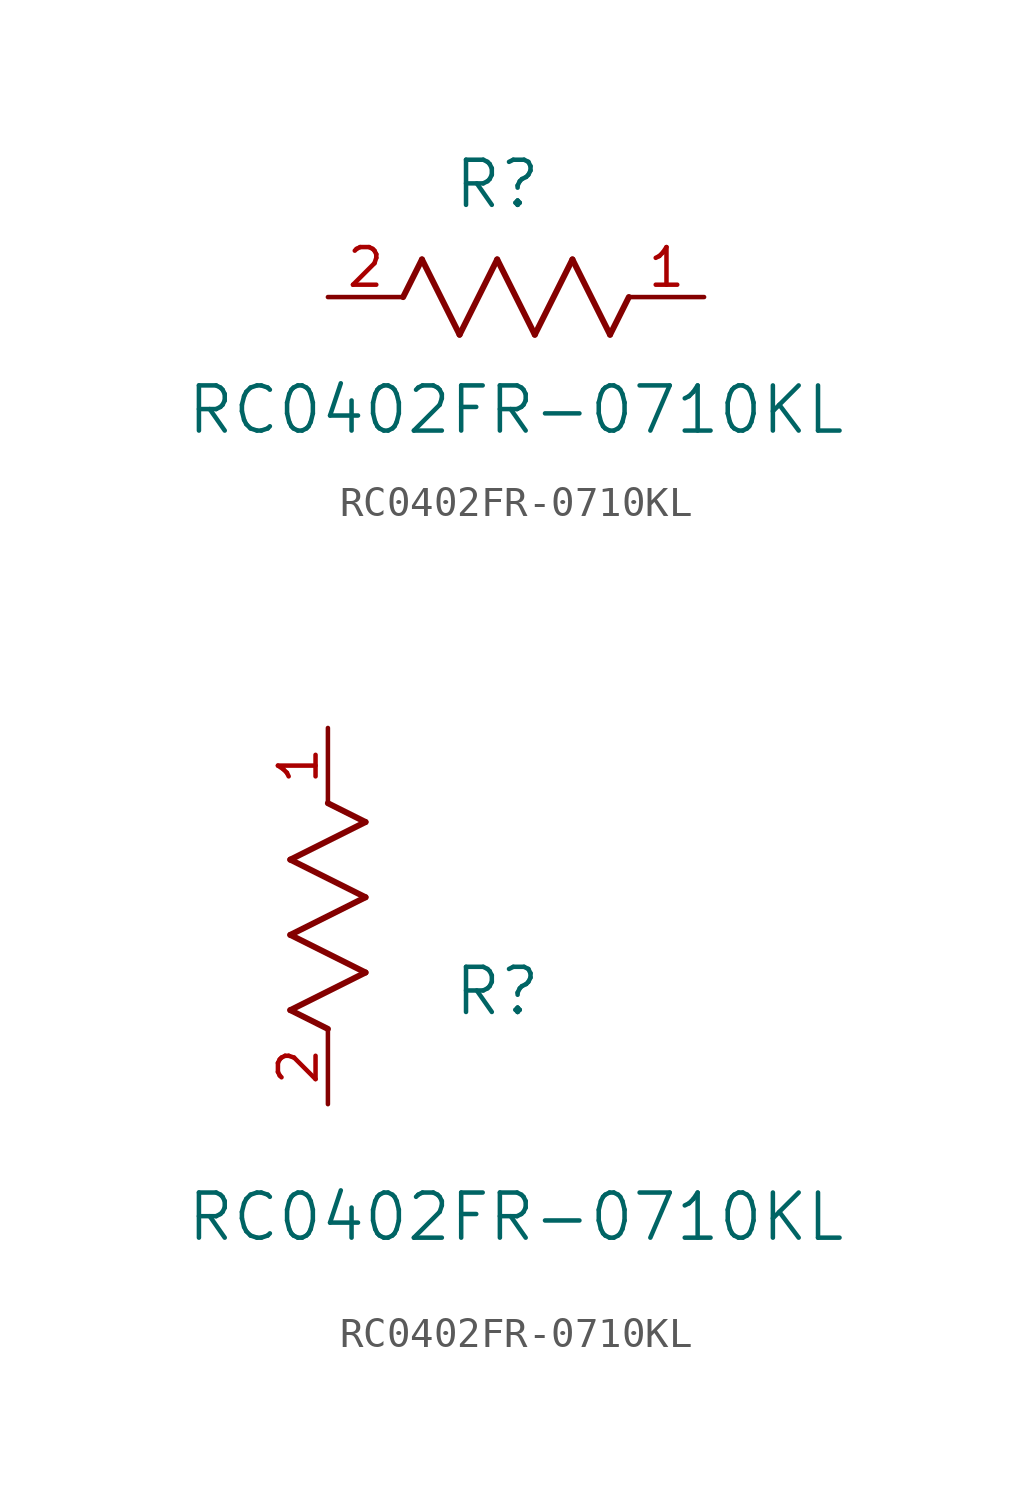
<source format=kicad_sym>
(kicad_symbol_lib
  (version 20220914)
  (generator kicad_symbol_editor)
  (symbol "RC0402FR-0710KL"
    (pin_names
      (offset 0.254))
    (property "Reference" "R"
      (at 5.715 3.81 0)
      (effects (font (size 1.524 1.524))))
    (property "Value" "RC0402FR-0710KL"
      (at 6.35 -3.81 0)
      (effects (font (size 1.524 1.524))))
    (property "ki_locked" ""
      (at 0 0 0)
      (effects (font (size 1.27 1.27))))
    (symbol "RC0402FR-0710KL_1_1"
      (polyline (pts (xy 2.54 0) (xy 3.175 1.27)) (stroke (width 0.203) (type default)) (fill (type none)))
      (polyline (pts (xy 3.175 1.27) (xy 4.445 -1.27)) (stroke (width 0.203) (type default)) (fill (type none)))
      (polyline (pts (xy 4.445 -1.27) (xy 5.715 1.27)) (stroke (width 0.203) (type default)) (fill (type none)))
      (polyline (pts (xy 5.715 1.27) (xy 6.985 -1.27)) (stroke (width 0.203) (type default)) (fill (type none)))
      (polyline (pts (xy 6.985 -1.27) (xy 8.255 1.27)) (stroke (width 0.203) (type default)) (fill (type none)))
      (polyline (pts (xy 8.255 1.27) (xy 9.525 -1.27)) (stroke (width 0.203) (type default)) (fill (type none)))
      (polyline (pts (xy 9.525 -1.27) (xy 10.16 0)) (stroke (width 0.203) (type default)) (fill (type none)))
      (pin bidirectional line (at 12.7 0 180) (length 2.54) (name "" (effects (font (size 1.27 1.27)))) (number "1" (effects (font (size 1.27 1.27)))))
      (pin bidirectional line (at 0 0 0) (length 2.54) (name "" (effects (font (size 1.27 1.27)))) (number "2" (effects (font (size 1.27 1.27))))))
    (symbol "RC0402FR-0710KL_1_2"
      (polyline (pts (xy -1.27 3.175) (xy 1.27 4.445)) (stroke (width 0.203) (type default)) (fill (type none)))
      (polyline (pts (xy -1.27 5.715) (xy 1.27 6.985)) (stroke (width 0.203) (type default)) (fill (type none)))
      (polyline (pts (xy -1.27 8.255) (xy 1.27 9.525)) (stroke (width 0.203) (type default)) (fill (type none)))
      (polyline (pts (xy 0 2.54) (xy -1.27 3.175)) (stroke (width 0.203) (type default)) (fill (type none)))
      (polyline (pts (xy 1.27 4.445) (xy -1.27 5.715)) (stroke (width 0.203) (type default)) (fill (type none)))
      (polyline (pts (xy 1.27 6.985) (xy -1.27 8.255)) (stroke (width 0.203) (type default)) (fill (type none)))
      (polyline (pts (xy 1.27 9.525) (xy 0 10.16)) (stroke (width 0.203) (type default)) (fill (type none)))
      (pin unspecified line (at 0 12.7 270) (length 2.54) (name "" (effects (font (size 1.27 1.27)))) (number "1" (effects (font (size 1.27 1.27)))))
      (pin unspecified line (at 0 0 90) (length 2.54) (name "" (effects (font (size 1.27 1.27)))) (number "2" (effects (font (size 1.27 1.27))))))))
</source>
